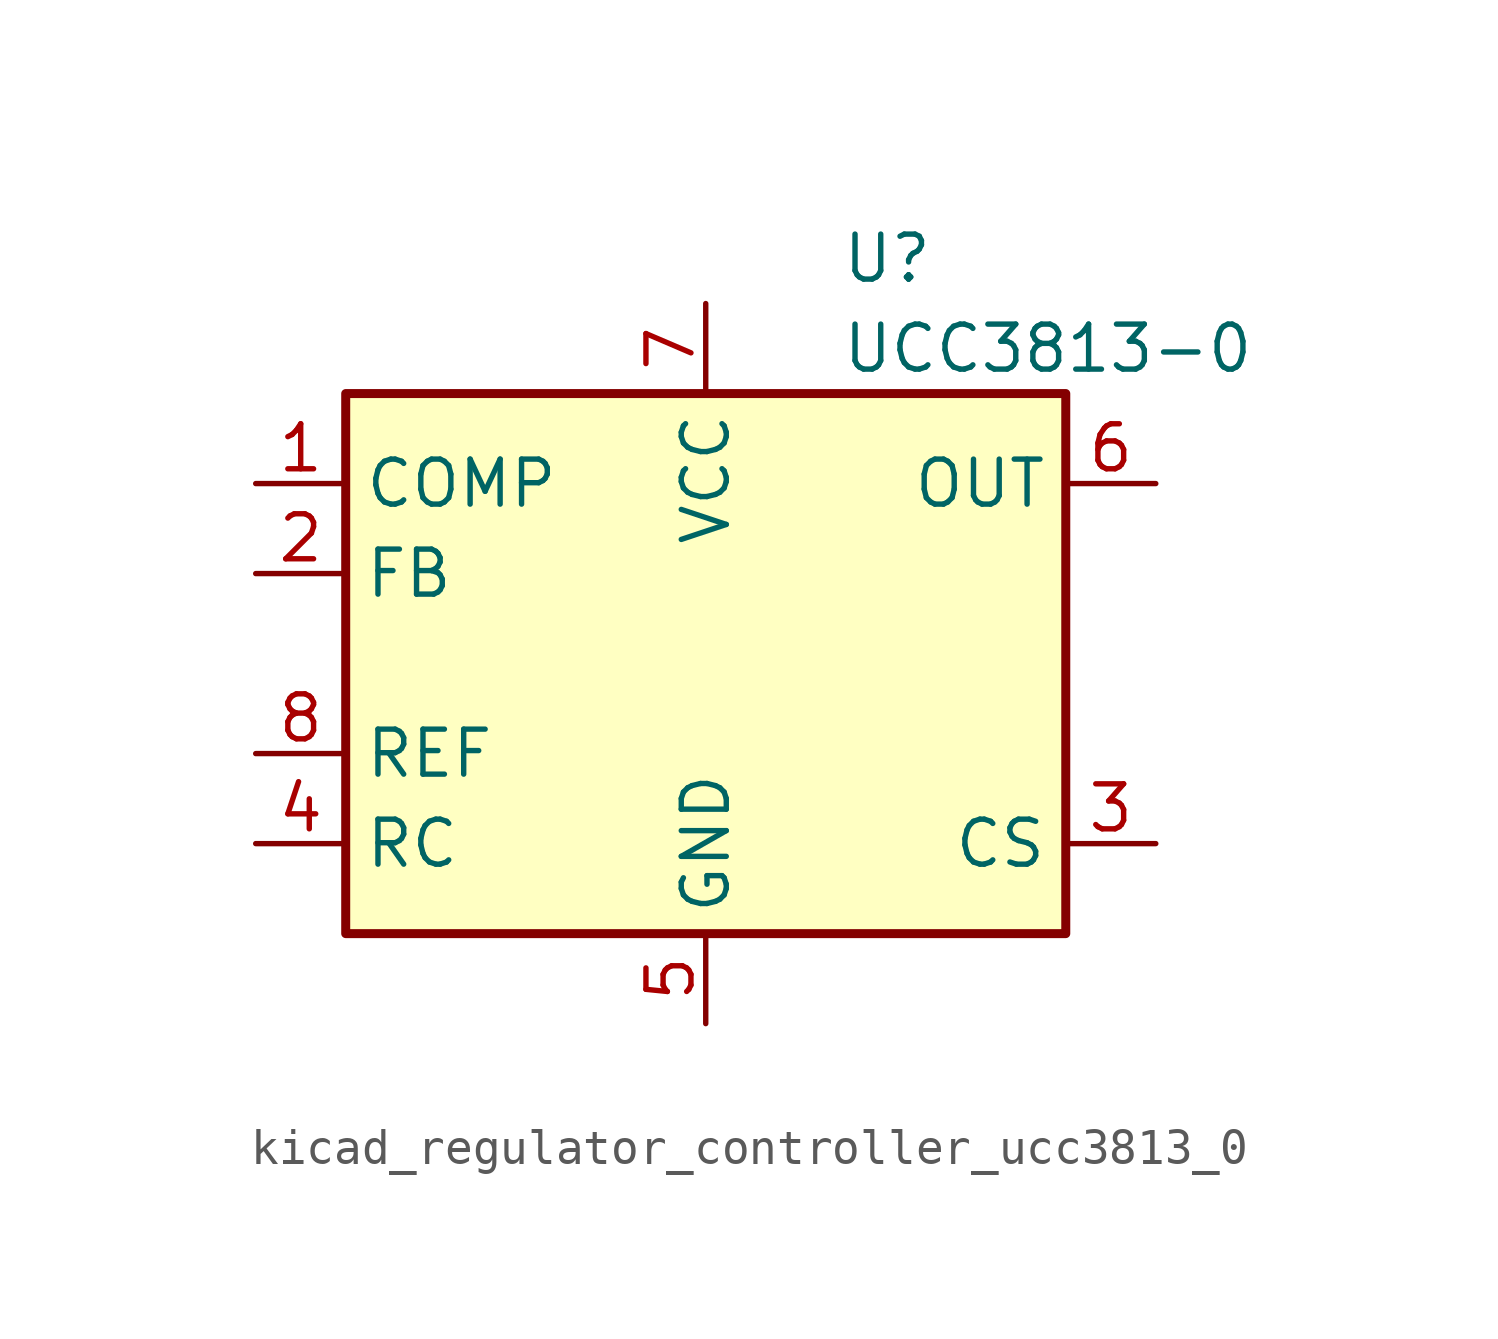
<source format=kicad_sym>
(kicad_symbol_lib
  (version 20220914)
  (generator kicad_symbol_editor)
  (symbol "kicad_regulator_controller_ucc3813_0"
    (property "Reference" "U"
      (at 3.81 11.43 0)
      (effects (font (size 1.27 1.27)) (justify left)))
    (property "Value" "UCC3813-0"
      (at 3.81 8.89 0)
      (effects (font (size 1.27 1.27)) (justify left)))
    (symbol "kicad_regulator_controller_ucc3813_0_0_1"
      (rectangle (start -10.16 -7.62) (end 10.16 7.62) (stroke (width 0.254) (type default)) (fill (type background))))
    (symbol "kicad_regulator_controller_ucc3813_0_1_1"
      (pin passive line (at -12.7 5.08 0) (length 2.54) (name "COMP" (effects (font (size 1.27 1.27)))) (number "1" (effects (font (size 1.27 1.27)))))
      (pin input line (at -12.7 2.54 0) (length 2.54) (name "FB" (effects (font (size 1.27 1.27)))) (number "2" (effects (font (size 1.27 1.27)))))
      (pin input line (at 12.7 -5.08 180) (length 2.54) (name "CS" (effects (font (size 1.27 1.27)))) (number "3" (effects (font (size 1.27 1.27)))))
      (pin passive line (at -12.7 -5.08 0) (length 2.54) (name "RC" (effects (font (size 1.27 1.27)))) (number "4" (effects (font (size 1.27 1.27)))))
      (pin power_in line (at 0 -10.16 90) (length 2.54) (name "GND" (effects (font (size 1.27 1.27)))) (number "5" (effects (font (size 1.27 1.27)))))
      (pin output line (at 12.7 5.08 180) (length 2.54) (name "OUT" (effects (font (size 1.27 1.27)))) (number "6" (effects (font (size 1.27 1.27)))))
      (pin power_in line (at 0 10.16 270) (length 2.54) (name "VCC" (effects (font (size 1.27 1.27)))) (number "7" (effects (font (size 1.27 1.27)))))
      (pin power_in line (at -12.7 -2.54 0) (length 2.54) (name "REF" (effects (font (size 1.27 1.27)))) (number "8" (effects (font (size 1.27 1.27))))))))
</source>
